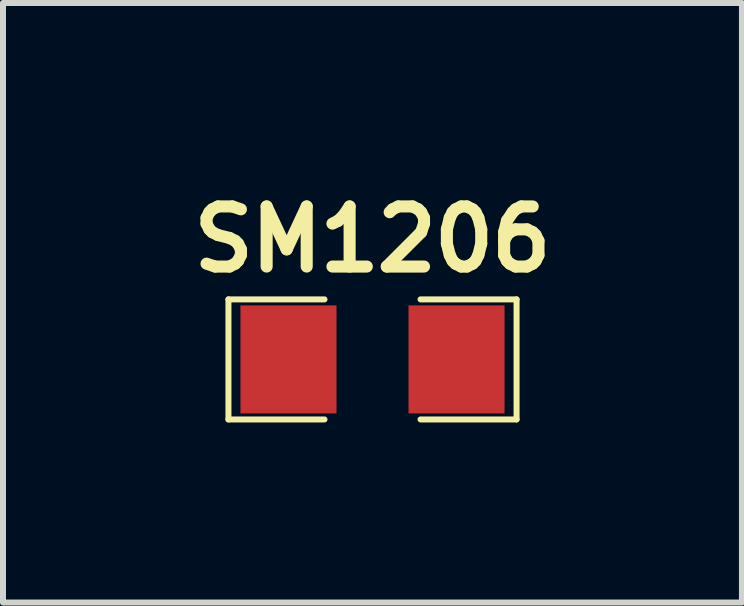
<source format=kicad_pcb>
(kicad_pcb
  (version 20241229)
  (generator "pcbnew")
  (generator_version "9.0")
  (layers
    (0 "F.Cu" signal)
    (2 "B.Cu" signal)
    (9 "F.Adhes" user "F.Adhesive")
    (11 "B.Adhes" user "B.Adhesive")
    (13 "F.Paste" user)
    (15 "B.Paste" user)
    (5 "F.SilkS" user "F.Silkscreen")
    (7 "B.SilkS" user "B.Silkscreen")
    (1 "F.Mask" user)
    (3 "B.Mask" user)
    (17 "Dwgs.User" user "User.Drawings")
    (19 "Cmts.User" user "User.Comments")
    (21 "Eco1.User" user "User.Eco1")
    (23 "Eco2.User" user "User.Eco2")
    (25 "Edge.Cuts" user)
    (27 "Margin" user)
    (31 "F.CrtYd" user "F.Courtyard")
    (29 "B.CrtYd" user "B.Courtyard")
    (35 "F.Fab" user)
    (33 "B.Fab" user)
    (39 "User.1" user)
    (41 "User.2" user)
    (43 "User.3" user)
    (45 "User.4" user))
  (footprint "SM1206"
    (layer "F.Cu")
    (at 3.156 2.938)
    (property "Reference" "SM1206" (at 0 -2 0) (layer "F.SilkS") (effects (font (size 1.001 1.001) (thickness 0.201))))
    (attr smd)
    (fp_line (start -2.4 -1) (end -0.8 -1) (stroke (width 0.1) (type solid)) (layer "F.SilkS"))
    (fp_line (start -2.4 1) (end -2.4 -1) (stroke (width 0.1) (type solid)) (layer "F.SilkS"))
    (fp_line (start -0.8 1) (end -2.4 1) (stroke (width 0.1) (type solid)) (layer "F.SilkS"))
    (fp_line (start 0.8 -1) (end 2.4 -1) (stroke (width 0.1) (type solid)) (layer "F.SilkS"))
    (fp_line (start 2.4 -1) (end 2.4 1) (stroke (width 0.1) (type solid)) (layer "F.SilkS"))
    (fp_line (start 2.4 1) (end 0.8 1) (stroke (width 0.1) (type solid)) (layer "F.SilkS"))
    (pad "1" smd rect (at -1.4 0) (size 1.6 1.8) (layers "F.Cu" "F.Mask" "F.Paste"))
    (pad "2" smd rect (at 1.4 0) (size 1.6 1.8) (layers "F.Cu" "F.Mask" "F.Paste")))
  (gr_rect
    (start -3 -3)
    (end 9.311 6.988)
    (stroke (width 0.1) (type default))
    (fill no)
    (layer "Edge.Cuts")))
</source>
